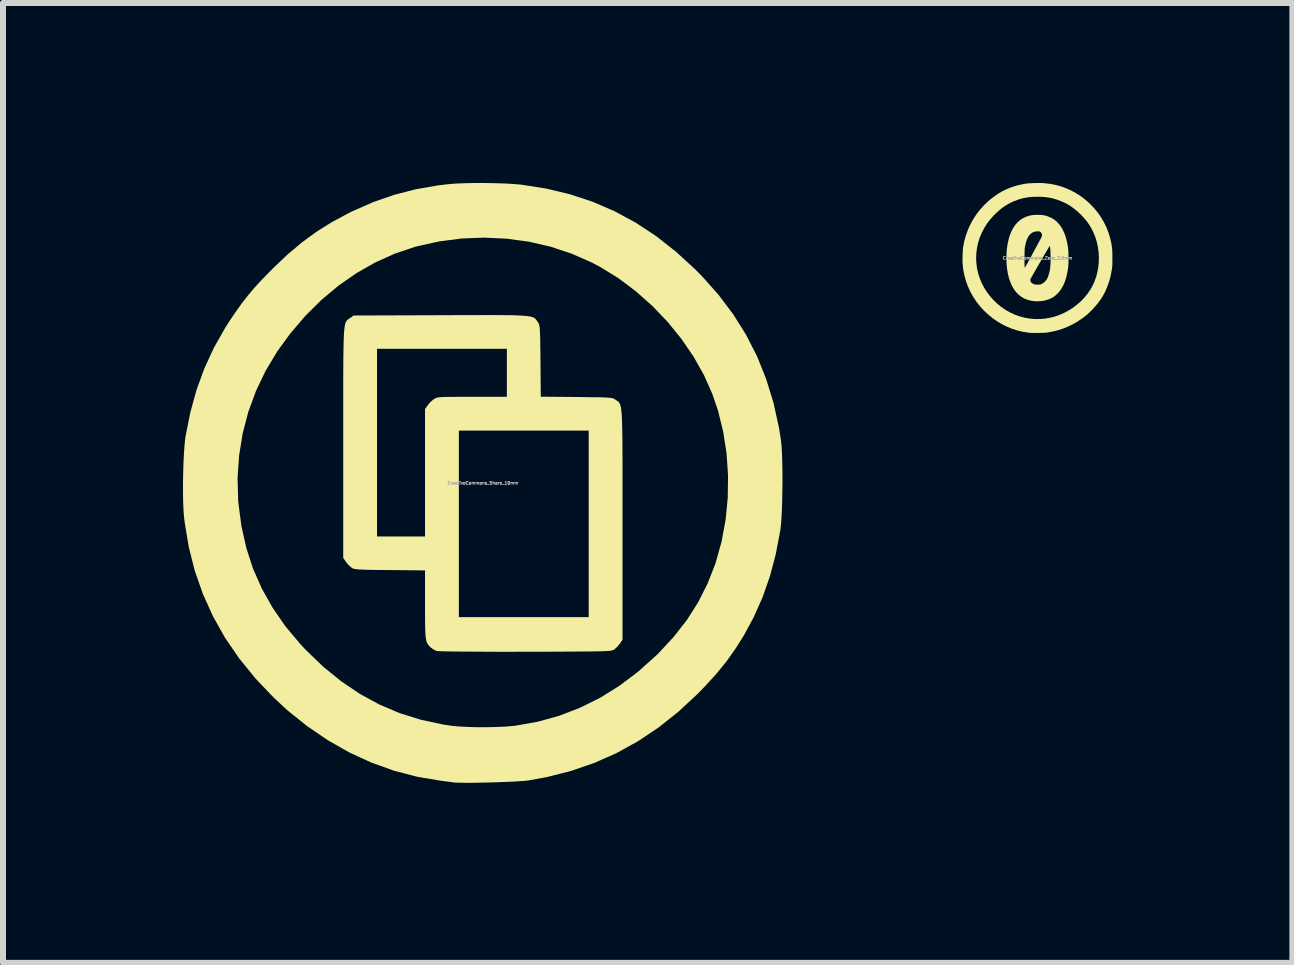
<source format=kicad_pcb>
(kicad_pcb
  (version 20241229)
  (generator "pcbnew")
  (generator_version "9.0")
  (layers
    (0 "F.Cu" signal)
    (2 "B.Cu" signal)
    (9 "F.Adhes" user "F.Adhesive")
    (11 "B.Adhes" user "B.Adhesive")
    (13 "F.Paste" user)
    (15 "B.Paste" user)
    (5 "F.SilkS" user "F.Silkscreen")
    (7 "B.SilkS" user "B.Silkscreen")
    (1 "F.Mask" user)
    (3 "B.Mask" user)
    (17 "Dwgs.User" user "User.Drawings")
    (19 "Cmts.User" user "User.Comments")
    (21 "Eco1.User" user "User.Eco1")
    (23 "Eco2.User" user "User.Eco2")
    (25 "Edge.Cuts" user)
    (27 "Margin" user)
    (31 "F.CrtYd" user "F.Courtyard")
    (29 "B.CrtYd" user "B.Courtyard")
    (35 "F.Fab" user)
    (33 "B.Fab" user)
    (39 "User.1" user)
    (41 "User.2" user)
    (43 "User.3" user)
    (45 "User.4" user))
  (footprint "CreativeCommons_Share_10mm"
    (layer "F.Cu")
    (at 4.997 4.999)
    (property "Reference" "CreativeCommons_Share_10mm" (at 0 0 0) (layer "F.Fab") (effects (font (size 0.05 0.05) (thickness 0.013))))
    (attr board_only exclude_from_pos_files exclude_from_bom)
    (fp_poly (pts (xy 0.188 -2.798) (xy 0.338 -2.797) (xy 0.464 -2.796) (xy 0.567 -2.793) (xy 0.651 -2.789) (xy 0.718 -2.784) (xy 0.77 -2.778) (xy 0.809 -2.77) (xy 0.839 -2.76) (xy 0.861 -2.748) (xy 0.877 -2.734) (xy 0.891 -2.717) (xy 0.904 -2.698) (xy 0.914 -2.684) (xy 0.925 -2.668) (xy 0.934 -2.65) (xy 0.941 -2.626) (xy 0.946 -2.593) (xy 0.95 -2.547) (xy 0.953 -2.483) (xy 0.956 -2.398) (xy 0.957 -2.287) (xy 0.959 -2.147) (xy 0.96 -2.033) (xy 0.965 -1.438) (xy 1.56 -1.433) (xy 1.723 -1.431) (xy 1.853 -1.429) (xy 1.955 -1.428) (xy 2.033 -1.425) (xy 2.091 -1.422) (xy 2.132 -1.418) (xy 2.162 -1.412) (xy 2.183 -1.404) (xy 2.2 -1.395) (xy 2.211 -1.387) (xy 2.23 -1.374) (xy 2.246 -1.364) (xy 2.26 -1.352) (xy 2.272 -1.338) (xy 2.283 -1.319) (xy 2.293 -1.293) (xy 2.301 -1.258) (xy 2.307 -1.212) (xy 2.313 -1.153) (xy 2.317 -1.079) (xy 2.32 -0.987) (xy 2.323 -0.877) (xy 2.325 -0.745) (xy 2.326 -0.589) (xy 2.327 -0.408) (xy 2.327 -0.2) (xy 2.327 0.038) (xy 2.327 0.308) (xy 2.327 0.611) (xy 2.327 0.696) (xy 2.327 2.613) (xy 2.286 2.673) (xy 2.245 2.724) (xy 2.198 2.768) (xy 2.194 2.771) (xy 2.184 2.778) (xy 2.173 2.784) (xy 2.158 2.789) (xy 2.136 2.794) (xy 2.106 2.798) (xy 2.065 2.801) (xy 2.009 2.803) (xy 1.938 2.805) (xy 1.848 2.807) (xy 1.737 2.808) (xy 1.603 2.809) (xy 1.443 2.81) (xy 1.254 2.811) (xy 1.035 2.812) (xy 0.782 2.812) (xy 0.712 2.812) (xy 0.486 2.813) (xy 0.27 2.813) (xy 0.066 2.812) (xy -0.122 2.811) (xy -0.292 2.81) (xy -0.441 2.809) (xy -0.566 2.807) (xy -0.664 2.805) (xy -0.732 2.803) (xy -0.767 2.8) (xy -0.771 2.8) (xy -0.822 2.775) (xy -0.868 2.742) (xy -0.893 2.717) (xy -0.914 2.693) (xy -0.93 2.665) (xy -0.942 2.629) (xy -0.951 2.582) (xy -0.957 2.519) (xy -0.961 2.436) (xy -0.963 2.329) (xy -0.963 2.236) (xy -0.4 2.236) (xy 1.764 2.236) (xy 1.764 -0.873) (xy -0.4 -0.873) (xy -0.4 2.236) (xy -0.963 2.236) (xy -0.964 2.194) (xy -0.964 2.03) (xy -0.964 1.457) (xy -1.553 1.451) (xy -1.716 1.45) (xy -1.846 1.448) (xy -1.947 1.446) (xy -2.025 1.443) (xy -2.082 1.44) (xy -2.123 1.435) (xy -2.151 1.429) (xy -2.171 1.422) (xy -2.188 1.412) (xy -2.194 1.407) (xy -2.24 1.365) (xy -2.283 1.314) (xy -2.286 1.309) (xy -2.327 1.249) (xy -2.327 0.891) (xy -1.764 0.891) (xy -0.964 0.891) (xy -0.964 -1.231) (xy -0.922 -1.292) (xy -0.878 -1.345) (xy -0.824 -1.392) (xy -0.82 -1.395) (xy -0.802 -1.406) (xy -0.783 -1.416) (xy -0.76 -1.423) (xy -0.728 -1.428) (xy -0.682 -1.432) (xy -0.62 -1.434) (xy -0.536 -1.435) (xy -0.426 -1.436) (xy -0.288 -1.436) (xy -0.179 -1.436) (xy 0.4 -1.436) (xy 0.4 -2.236) (xy -1.764 -2.236) (xy -1.764 0.891) (xy -2.327 0.891) (xy -2.327 -0.668) (xy -2.327 -0.981) (xy -2.327 -1.259) (xy -2.327 -1.505) (xy -2.327 -1.721) (xy -2.326 -1.909) (xy -2.325 -2.071) (xy -2.323 -2.208) (xy -2.321 -2.324) (xy -2.318 -2.421) (xy -2.314 -2.499) (xy -2.309 -2.562) (xy -2.302 -2.611) (xy -2.295 -2.648) (xy -2.286 -2.676) (xy -2.275 -2.697) (xy -2.263 -2.712) (xy -2.249 -2.724) (xy -2.234 -2.735) (xy -2.216 -2.747) (xy -2.211 -2.75) (xy -2.155 -2.791) (xy -0.703 -2.796) (xy -0.432 -2.797) (xy -0.194 -2.797) (xy 0.011 -2.798)) (stroke (width 0) (type solid)) (fill yes) (layer "F.SilkS"))
    (fp_poly (pts (xy 0.034 -4.999) (xy 0.207 -4.996) (xy 0.372 -4.991) (xy 0.519 -4.982) (xy 0.636 -4.972) (xy 1.052 -4.907) (xy 1.449 -4.812) (xy 1.831 -4.686) (xy 2.197 -4.528) (xy 2.549 -4.337) (xy 2.889 -4.113) (xy 3.217 -3.855) (xy 3.536 -3.563) (xy 3.648 -3.45) (xy 3.927 -3.137) (xy 4.173 -2.81) (xy 4.387 -2.468) (xy 4.57 -2.11) (xy 4.721 -1.733) (xy 4.843 -1.338) (xy 4.934 -0.923) (xy 4.967 -0.718) (xy 4.977 -0.628) (xy 4.984 -0.509) (xy 4.989 -0.367) (xy 4.992 -0.208) (xy 4.993 -0.04) (xy 4.991 0.13) (xy 4.988 0.297) (xy 4.983 0.454) (xy 4.976 0.593) (xy 4.967 0.708) (xy 4.958 0.782) (xy 4.883 1.179) (xy 4.785 1.551) (xy 4.662 1.903) (xy 4.513 2.238) (xy 4.348 2.543) (xy 4.207 2.766) (xy 4.057 2.977) (xy 3.89 3.182) (xy 3.7 3.39) (xy 3.583 3.51) (xy 3.262 3.809) (xy 2.93 4.073) (xy 2.586 4.303) (xy 2.228 4.501) (xy 1.856 4.666) (xy 1.468 4.799) (xy 1.062 4.902) (xy 0.76 4.957) (xy 0.699 4.964) (xy 0.61 4.97) (xy 0.499 4.977) (xy 0.373 4.982) (xy 0.236 4.987) (xy 0.096 4.991) (xy -0.043 4.994) (xy -0.173 4.996) (xy -0.29 4.996) (xy -0.387 4.995) (xy -0.458 4.993) (xy -0.491 4.989) (xy -0.529 4.984) (xy -0.592 4.976) (xy -0.669 4.966) (xy -0.7 4.962) (xy -1.094 4.896) (xy -1.481 4.795) (xy -1.859 4.659) (xy -2.228 4.489) (xy -2.585 4.286) (xy -2.93 4.051) (xy -3.262 3.784) (xy -3.488 3.574) (xy -3.792 3.255) (xy -4.061 2.923) (xy -4.297 2.579) (xy -4.498 2.221) (xy -4.666 1.849) (xy -4.801 1.463) (xy -4.902 1.064) (xy -4.97 0.65) (xy -4.983 0.54) (xy -4.99 0.433) (xy -4.995 0.301) (xy -4.997 0.149) (xy -4.997 -0.013) (xy -4.996 -0.087) (xy -4.088 -0.087) (xy -4.078 0.288) (xy -4.074 0.336) (xy -4.024 0.717) (xy -3.943 1.08) (xy -3.83 1.428) (xy -3.683 1.761) (xy -3.503 2.081) (xy -3.29 2.389) (xy -3.042 2.685) (xy -2.947 2.786) (xy -2.658 3.064) (xy -2.358 3.307) (xy -2.048 3.516) (xy -1.724 3.692) (xy -1.388 3.835) (xy -1.036 3.945) (xy -0.668 4.024) (xy -0.531 4.045) (xy -0.411 4.057) (xy -0.263 4.065) (xy -0.1 4.07) (xy 0.07 4.07) (xy 0.237 4.066) (xy 0.39 4.059) (xy 0.52 4.047) (xy 0.54 4.045) (xy 0.913 3.979) (xy 1.274 3.879) (xy 1.621 3.745) (xy 1.957 3.578) (xy 2.281 3.376) (xy 2.593 3.14) (xy 2.894 2.869) (xy 2.928 2.836) (xy 3.181 2.564) (xy 3.401 2.282) (xy 3.588 1.987) (xy 3.744 1.678) (xy 3.872 1.352) (xy 3.88 1.327) (xy 3.978 0.977) (xy 4.045 0.615) (xy 4.081 0.246) (xy 4.086 -0.125) (xy 4.061 -0.494) (xy 4.005 -0.855) (xy 3.919 -1.205) (xy 3.826 -1.479) (xy 3.685 -1.797) (xy 3.511 -2.106) (xy 3.307 -2.404) (xy 3.077 -2.687) (xy 2.823 -2.952) (xy 2.55 -3.194) (xy 2.26 -3.412) (xy 1.956 -3.6) (xy 1.809 -3.677) (xy 1.476 -3.823) (xy 1.128 -3.938) (xy 0.768 -4.021) (xy 0.4 -4.071) (xy 0.027 -4.089) (xy -0.348 -4.075) (xy -0.722 -4.027) (xy -1.09 -3.946) (xy -1.135 -3.934) (xy -1.468 -3.822) (xy -1.793 -3.676) (xy -2.107 -3.497) (xy -2.408 -3.287) (xy -2.695 -3.047) (xy -2.964 -2.779) (xy -3.215 -2.484) (xy -3.429 -2.189) (xy -3.621 -1.869) (xy -3.781 -1.534) (xy -3.909 -1.185) (xy -4.003 -0.826) (xy -4.062 -0.459) (xy -4.088 -0.087) (xy -4.996 -0.087) (xy -4.994 -0.179) (xy -4.989 -0.342) (xy -4.981 -0.494) (xy -4.972 -0.627) (xy -4.961 -0.735) (xy -4.956 -0.771) (xy -4.876 -1.173) (xy -4.772 -1.551) (xy -4.641 -1.91) (xy -4.482 -2.254) (xy -4.293 -2.588) (xy -4.201 -2.731) (xy -4.099 -2.88) (xy -4.005 -3.01) (xy -3.911 -3.13) (xy -3.812 -3.248) (xy -3.7 -3.37) (xy -3.57 -3.504) (xy -3.501 -3.574) (xy -3.257 -3.806) (xy -3.016 -4.009) (xy -2.771 -4.188) (xy -2.514 -4.349) (xy -2.238 -4.497) (xy -2.173 -4.529) (xy -1.827 -4.681) (xy -1.479 -4.802) (xy -1.123 -4.894) (xy -0.75 -4.959) (xy -0.564 -4.981) (xy -0.446 -4.99) (xy -0.301 -4.996) (xy -0.138 -4.999)) (stroke (width 0) (type solid)) (fill yes) (layer "F.SilkS")))
  (footprint "CreativeCommons_Zero_2.5mm"
    (layer "F.Cu")
    (at 14.24 1.25)
    (property "Reference" "CreativeCommons_Zero_2.5mm" (at 0 0 0) (layer "F.Fab") (effects (font (size 0.05 0.05) (thickness 0.013))))
    (attr board_only exclude_from_pos_files exclude_from_bom)
    (fp_poly (pts (xy 0.044 -0.719) (xy 0.082 -0.716) (xy 0.116 -0.71) (xy 0.15 -0.702) (xy 0.18 -0.691) (xy 0.233 -0.668) (xy 0.281 -0.639) (xy 0.324 -0.603) (xy 0.364 -0.56) (xy 0.399 -0.511) (xy 0.429 -0.455) (xy 0.456 -0.394) (xy 0.478 -0.325) (xy 0.495 -0.251) (xy 0.509 -0.17) (xy 0.51 -0.158) (xy 0.513 -0.127) (xy 0.515 -0.091) (xy 0.516 -0.05) (xy 0.517 -0.007) (xy 0.517 0.036) (xy 0.516 0.078) (xy 0.514 0.116) (xy 0.511 0.149) (xy 0.51 0.158) (xy 0.498 0.239) (xy 0.481 0.313) (xy 0.461 0.381) (xy 0.436 0.443) (xy 0.406 0.498) (xy 0.393 0.519) (xy 0.357 0.568) (xy 0.317 0.609) (xy 0.274 0.644) (xy 0.226 0.672) (xy 0.174 0.693) (xy 0.118 0.709) (xy 0.111 0.711) (xy 0.078 0.716) (xy 0.041 0.719) (xy 0.002 0.721) (xy -0.035 0.72) (xy -0.057 0.719) (xy -0.117 0.71) (xy -0.174 0.694) (xy -0.226 0.672) (xy -0.274 0.643) (xy -0.318 0.608) (xy -0.358 0.567) (xy -0.394 0.518) (xy -0.425 0.464) (xy -0.452 0.403) (xy -0.46 0.379) (xy -0.119 0.379) (xy -0.112 0.397) (xy -0.098 0.414) (xy -0.088 0.421) (xy -0.07 0.432) (xy -0.051 0.439) (xy -0.031 0.443) (xy -0.007 0.444) (xy 0.006 0.444) (xy 0.026 0.443) (xy 0.04 0.441) (xy 0.052 0.439) (xy 0.065 0.434) (xy 0.072 0.431) (xy 0.1 0.414) (xy 0.126 0.391) (xy 0.149 0.364) (xy 0.156 0.352) (xy 0.169 0.327) (xy 0.181 0.295) (xy 0.192 0.26) (xy 0.202 0.222) (xy 0.207 0.195) (xy 0.211 0.166) (xy 0.214 0.131) (xy 0.217 0.091) (xy 0.218 0.048) (xy 0.219 0.004) (xy 0.218 -0.041) (xy 0.217 -0.084) (xy 0.215 -0.125) (xy 0.212 -0.161) (xy 0.208 -0.191) (xy 0.208 -0.193) (xy 0.207 -0.196) (xy 0.206 -0.198) (xy 0.205 -0.199) (xy 0.203 -0.197) (xy 0.2 -0.194) (xy 0.196 -0.188) (xy 0.19 -0.18) (xy 0.182 -0.168) (xy 0.173 -0.152) (xy 0.161 -0.132) (xy 0.146 -0.107) (xy 0.129 -0.078) (xy 0.109 -0.043) (xy 0.085 -0.002) (xy 0.058 0.045) (xy 0.051 0.057) (xy 0.026 0.099) (xy 0.003 0.139) (xy -0.019 0.177) (xy -0.039 0.213) (xy -0.058 0.245) (xy -0.074 0.273) (xy -0.088 0.297) (xy -0.099 0.316) (xy -0.106 0.329) (xy -0.11 0.336) (xy -0.111 0.337) (xy -0.119 0.359) (xy -0.119 0.379) (xy -0.46 0.379) (xy -0.475 0.336) (xy -0.493 0.263) (xy -0.507 0.184) (xy -0.51 0.156) (xy -0.513 0.123) (xy -0.516 0.084) (xy -0.517 0.041) (xy -0.517 0.035) (xy -0.217 0.035) (xy -0.217 0.065) (xy -0.217 0.092) (xy -0.216 0.116) (xy -0.215 0.134) (xy -0.214 0.146) (xy -0.214 0.15) (xy -0.21 0.162) (xy -0.203 0.15) (xy -0.2 0.145) (xy -0.194 0.133) (xy -0.184 0.116) (xy -0.172 0.094) (xy -0.157 0.067) (xy -0.141 0.036) (xy -0.122 0.002) (xy -0.102 -0.034) (xy -0.081 -0.073) (xy -0.073 -0.088) (xy -0.052 -0.127) (xy -0.031 -0.166) (xy -0.012 -0.201) (xy 0.006 -0.235) (xy 0.023 -0.265) (xy 0.036 -0.29) (xy 0.048 -0.311) (xy 0.056 -0.327) (xy 0.061 -0.337) (xy 0.062 -0.338) (xy 0.072 -0.362) (xy 0.075 -0.383) (xy 0.071 -0.403) (xy 0.062 -0.42) (xy 0.053 -0.431) (xy 0.044 -0.439) (xy 0.032 -0.443) (xy 0.016 -0.445) (xy -0.005 -0.445) (xy -0.012 -0.444) (xy -0.048 -0.439) (xy -0.08 -0.427) (xy -0.109 -0.408) (xy -0.134 -0.383) (xy -0.156 -0.351) (xy -0.175 -0.312) (xy -0.191 -0.265) (xy -0.204 -0.212) (xy -0.212 -0.17) (xy -0.213 -0.158) (xy -0.214 -0.14) (xy -0.215 -0.116) (xy -0.216 -0.089) (xy -0.216 -0.06) (xy -0.217 -0.028) (xy -0.217 0.004) (xy -0.217 0.035) (xy -0.517 0.035) (xy -0.517 -0.004) (xy -0.517 -0.048) (xy -0.515 -0.091) (xy -0.513 -0.129) (xy -0.51 -0.156) (xy -0.498 -0.237) (xy -0.481 -0.313) (xy -0.46 -0.382) (xy -0.435 -0.444) (xy -0.405 -0.501) (xy -0.371 -0.551) (xy -0.333 -0.595) (xy -0.29 -0.632) (xy -0.243 -0.663) (xy -0.192 -0.687) (xy -0.181 -0.691) (xy -0.147 -0.702) (xy -0.113 -0.711) (xy -0.079 -0.716) (xy -0.041 -0.719) (xy 0 -0.72)) (stroke (width 0) (type solid)) (fill yes) (layer "F.SilkS"))
    (fp_poly (pts (xy 0.059 -1.25) (xy 0.093 -1.248) (xy 0.122 -1.247) (xy 0.124 -1.246) (xy 0.217 -1.235) (xy 0.306 -1.217) (xy 0.392 -1.194) (xy 0.475 -1.163) (xy 0.557 -1.127) (xy 0.561 -1.125) (xy 0.646 -1.079) (xy 0.727 -1.026) (xy 0.803 -0.968) (xy 0.874 -0.904) (xy 0.94 -0.835) (xy 1.001 -0.762) (xy 1.055 -0.684) (xy 1.104 -0.602) (xy 1.146 -0.517) (xy 1.181 -0.428) (xy 1.209 -0.337) (xy 1.219 -0.297) (xy 1.227 -0.263) (xy 1.233 -0.233) (xy 1.237 -0.205) (xy 1.241 -0.178) (xy 1.244 -0.15) (xy 1.246 -0.12) (xy 1.247 -0.087) (xy 1.248 -0.049) (xy 1.248 -0.005) (xy 1.248 0) (xy 1.248 0.038) (xy 1.248 0.069) (xy 1.247 0.095) (xy 1.247 0.116) (xy 1.246 0.134) (xy 1.244 0.15) (xy 1.243 0.165) (xy 1.241 0.181) (xy 1.239 0.19) (xy 1.221 0.289) (xy 1.196 0.384) (xy 1.164 0.475) (xy 1.127 0.561) (xy 1.091 0.629) (xy 1.055 0.686) (xy 1.013 0.744) (xy 0.966 0.802) (xy 0.915 0.858) (xy 0.861 0.911) (xy 0.834 0.936) (xy 0.756 0.998) (xy 0.674 1.055) (xy 0.588 1.104) (xy 0.499 1.147) (xy 0.406 1.183) (xy 0.31 1.212) (xy 0.211 1.233) (xy 0.178 1.239) (xy 0.16 1.242) (xy 0.141 1.244) (xy 0.121 1.245) (xy 0.098 1.246) (xy 0.07 1.247) (xy 0.037 1.248) (xy 0.014 1.248) (xy -0.016 1.248) (xy -0.043 1.249) (xy -0.068 1.249) (xy -0.088 1.248) (xy -0.102 1.248) (xy -0.111 1.248) (xy -0.111 1.248) (xy -0.12 1.247) (xy -0.135 1.245) (xy -0.152 1.243) (xy -0.16 1.242) (xy -0.248 1.228) (xy -0.337 1.207) (xy -0.424 1.179) (xy -0.51 1.144) (xy -0.593 1.102) (xy -0.674 1.054) (xy -0.744 1.005) (xy -0.822 0.942) (xy -0.894 0.874) (xy -0.96 0.802) (xy -1.02 0.725) (xy -1.073 0.644) (xy -1.12 0.56) (xy -1.16 0.472) (xy -1.193 0.381) (xy -1.219 0.287) (xy -1.238 0.191) (xy -1.246 0.12) (xy -1.248 0.091) (xy -1.25 0.058) (xy -1.25 0.02) (xy -1.25 0.002) (xy -1.023 0.002) (xy -1.019 0.087) (xy -1.008 0.172) (xy -0.989 0.255) (xy -0.963 0.336) (xy -0.931 0.414) (xy -0.891 0.491) (xy -0.846 0.564) (xy -0.793 0.633) (xy -0.735 0.699) (xy -0.671 0.761) (xy -0.603 0.816) (xy -0.53 0.866) (xy -0.453 0.909) (xy -0.374 0.945) (xy -0.292 0.974) (xy -0.208 0.996) (xy -0.122 1.01) (xy -0.035 1.017) (xy 0.053 1.016) (xy 0.127 1.009) (xy 0.21 0.995) (xy 0.293 0.974) (xy 0.374 0.945) (xy 0.452 0.91) (xy 0.527 0.869) (xy 0.599 0.823) (xy 0.667 0.77) (xy 0.731 0.713) (xy 0.789 0.651) (xy 0.841 0.585) (xy 0.888 0.515) (xy 0.914 0.469) (xy 0.948 0.394) (xy 0.977 0.316) (xy 0.998 0.235) (xy 1.013 0.152) (xy 1.021 0.067) (xy 1.023 -0.018) (xy 1.018 -0.102) (xy 1.006 -0.187) (xy 0.988 -0.269) (xy 0.963 -0.35) (xy 0.931 -0.428) (xy 0.9 -0.49) (xy 0.868 -0.544) (xy 0.835 -0.594) (xy 0.798 -0.641) (xy 0.757 -0.687) (xy 0.723 -0.723) (xy 0.661 -0.781) (xy 0.598 -0.832) (xy 0.534 -0.876) (xy 0.467 -0.914) (xy 0.396 -0.946) (xy 0.324 -0.973) (xy 0.272 -0.989) (xy 0.222 -1.001) (xy 0.172 -1.01) (xy 0.121 -1.016) (xy 0.065 -1.02) (xy 0.004 -1.021) (xy 0 -1.021) (xy -0.065 -1.02) (xy -0.125 -1.016) (xy -0.181 -1.008) (xy -0.236 -0.998) (xy -0.291 -0.983) (xy -0.325 -0.972) (xy -0.398 -0.945) (xy -0.467 -0.912) (xy -0.533 -0.874) (xy -0.597 -0.829) (xy -0.659 -0.777) (xy -0.721 -0.718) (xy -0.725 -0.714) (xy -0.786 -0.646) (xy -0.841 -0.574) (xy -0.888 -0.499) (xy -0.929 -0.42) (xy -0.963 -0.339) (xy -0.989 -0.256) (xy -1.008 -0.17) (xy -1.019 -0.084) (xy -1.023 0.002) (xy -1.25 0.002) (xy -1.249 -0.021) (xy -1.248 -0.061) (xy -1.246 -0.1) (xy -1.244 -0.137) (xy -1.241 -0.168) (xy -1.239 -0.186) (xy -1.22 -0.283) (xy -1.193 -0.378) (xy -1.16 -0.47) (xy -1.119 -0.56) (xy -1.072 -0.645) (xy -1.018 -0.728) (xy -0.958 -0.806) (xy -0.891 -0.88) (xy -0.827 -0.941) (xy -0.753 -1.003) (xy -0.677 -1.058) (xy -0.6 -1.105) (xy -0.52 -1.145) (xy -0.436 -1.179) (xy -0.349 -1.207) (xy -0.258 -1.228) (xy -0.197 -1.239) (xy -0.171 -1.242) (xy -0.138 -1.245) (xy -0.101 -1.247) (xy -0.061 -1.249) (xy -0.02 -1.25) (xy 0.021 -1.25)) (stroke (width 0) (type solid)) (fill yes) (layer "F.SilkS")))
  (gr_rect
    (start -3 -3)
    (end 18.488 12.996)
    (stroke (width 0.1) (type default))
    (fill no)
    (layer "Edge.Cuts")))
</source>
